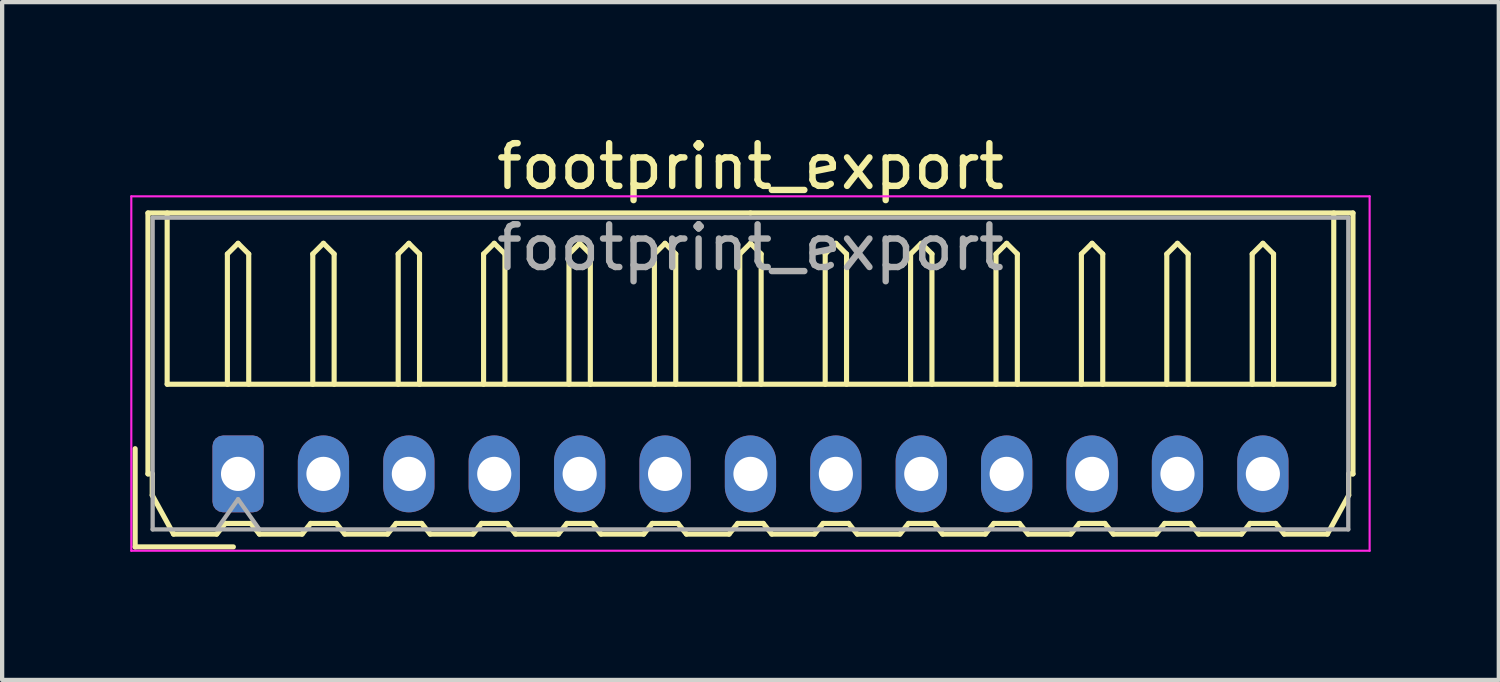
<source format=kicad_pcb>
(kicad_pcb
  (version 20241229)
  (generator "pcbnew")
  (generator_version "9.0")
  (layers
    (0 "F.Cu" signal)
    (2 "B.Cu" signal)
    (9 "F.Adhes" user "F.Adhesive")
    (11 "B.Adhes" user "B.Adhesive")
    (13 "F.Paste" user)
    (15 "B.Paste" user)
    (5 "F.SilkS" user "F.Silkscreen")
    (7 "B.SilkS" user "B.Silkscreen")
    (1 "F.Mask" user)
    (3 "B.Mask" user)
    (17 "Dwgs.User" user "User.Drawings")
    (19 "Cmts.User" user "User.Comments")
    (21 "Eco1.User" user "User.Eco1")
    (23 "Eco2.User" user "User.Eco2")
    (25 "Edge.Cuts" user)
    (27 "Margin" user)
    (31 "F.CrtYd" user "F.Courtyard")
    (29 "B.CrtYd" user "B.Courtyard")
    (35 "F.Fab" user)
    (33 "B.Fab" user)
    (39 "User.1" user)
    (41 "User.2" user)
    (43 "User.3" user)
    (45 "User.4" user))
  (footprint "footprint_export"
    (layer "F.Cu")
    (at 2.525 8.048)
    (property "Reference" "footprint_export" (at 12 -7.2 0) (layer "F.SilkS") (effects (font (size 1 1) (thickness 0.15))))
    (attr through_hole)
    (fp_line (start -2.41 1.71) (end -2.41 -0.59) (stroke (width 0.12) (type solid)) (layer "F.SilkS"))
    (fp_line (start -2.11 -6.11) (end 12 -6.11) (stroke (width 0.12) (type solid)) (layer "F.SilkS"))
    (fp_line (start -2.11 0) (end -2.11 -6.11) (stroke (width 0.12) (type solid)) (layer "F.SilkS"))
    (fp_line (start -2.01 0) (end -2.11 0) (stroke (width 0.12) (type solid)) (layer "F.SilkS"))
    (fp_line (start -2.01 0.5) (end -2.01 0) (stroke (width 0.12) (type solid)) (layer "F.SilkS"))
    (fp_line (start -1.66 -6.11) (end -1.66 -2.1) (stroke (width 0.12) (type solid)) (layer "F.SilkS"))
    (fp_line (start -1.66 -2.1) (end 25.66 -2.1) (stroke (width 0.12) (type solid)) (layer "F.SilkS"))
    (fp_line (start -1.51 1.41) (end -2.01 0.5) (stroke (width 0.12) (type solid)) (layer "F.SilkS"))
    (fp_line (start -0.5 1.41) (end -1.51 1.41) (stroke (width 0.12) (type solid)) (layer "F.SilkS"))
    (fp_line (start -0.3 1.16) (end -0.5 1.41) (stroke (width 0.12) (type solid)) (layer "F.SilkS"))
    (fp_line (start -0.3 1.16) (end 0.3 1.16) (stroke (width 0.12) (type solid)) (layer "F.SilkS"))
    (fp_line (start -0.25 -5.15) (end 0 -5.4) (stroke (width 0.12) (type solid)) (layer "F.SilkS"))
    (fp_line (start -0.25 -2.1) (end -0.25 -5.15) (stroke (width 0.12) (type solid)) (layer "F.SilkS"))
    (fp_line (start -0.11 1.71) (end -2.41 1.71) (stroke (width 0.12) (type solid)) (layer "F.SilkS"))
    (fp_line (start 0 -5.4) (end 0.25 -5.15) (stroke (width 0.12) (type solid)) (layer "F.SilkS"))
    (fp_line (start 0.25 -5.15) (end 0.25 -2.1) (stroke (width 0.12) (type solid)) (layer "F.SilkS"))
    (fp_line (start 0.3 1.16) (end 0.5 1.41) (stroke (width 0.12) (type solid)) (layer "F.SilkS"))
    (fp_line (start 0.5 1.41) (end 1.5 1.41) (stroke (width 0.12) (type solid)) (layer "F.SilkS"))
    (fp_line (start 1.5 1.41) (end 1.7 1.16) (stroke (width 0.12) (type solid)) (layer "F.SilkS"))
    (fp_line (start 1.7 1.16) (end 2.3 1.16) (stroke (width 0.12) (type solid)) (layer "F.SilkS"))
    (fp_line (start 1.75 -5.15) (end 2 -5.4) (stroke (width 0.12) (type solid)) (layer "F.SilkS"))
    (fp_line (start 1.75 -2.1) (end 1.75 -5.15) (stroke (width 0.12) (type solid)) (layer "F.SilkS"))
    (fp_line (start 2 -5.4) (end 2.25 -5.15) (stroke (width 0.12) (type solid)) (layer "F.SilkS"))
    (fp_line (start 2.25 -5.15) (end 2.25 -2.1) (stroke (width 0.12) (type solid)) (layer "F.SilkS"))
    (fp_line (start 2.3 1.16) (end 2.5 1.41) (stroke (width 0.12) (type solid)) (layer "F.SilkS"))
    (fp_line (start 2.5 1.41) (end 3.5 1.41) (stroke (width 0.12) (type solid)) (layer "F.SilkS"))
    (fp_line (start 3.5 1.41) (end 3.7 1.16) (stroke (width 0.12) (type solid)) (layer "F.SilkS"))
    (fp_line (start 3.7 1.16) (end 4.3 1.16) (stroke (width 0.12) (type solid)) (layer "F.SilkS"))
    (fp_line (start 3.75 -5.15) (end 4 -5.4) (stroke (width 0.12) (type solid)) (layer "F.SilkS"))
    (fp_line (start 3.75 -2.1) (end 3.75 -5.15) (stroke (width 0.12) (type solid)) (layer "F.SilkS"))
    (fp_line (start 4 -5.4) (end 4.25 -5.15) (stroke (width 0.12) (type solid)) (layer "F.SilkS"))
    (fp_line (start 4.25 -5.15) (end 4.25 -2.1) (stroke (width 0.12) (type solid)) (layer "F.SilkS"))
    (fp_line (start 4.3 1.16) (end 4.5 1.41) (stroke (width 0.12) (type solid)) (layer "F.SilkS"))
    (fp_line (start 4.5 1.41) (end 5.5 1.41) (stroke (width 0.12) (type solid)) (layer "F.SilkS"))
    (fp_line (start 5.5 1.41) (end 5.7 1.16) (stroke (width 0.12) (type solid)) (layer "F.SilkS"))
    (fp_line (start 5.7 1.16) (end 6.3 1.16) (stroke (width 0.12) (type solid)) (layer "F.SilkS"))
    (fp_line (start 5.75 -5.15) (end 6 -5.4) (stroke (width 0.12) (type solid)) (layer "F.SilkS"))
    (fp_line (start 5.75 -2.1) (end 5.75 -5.15) (stroke (width 0.12) (type solid)) (layer "F.SilkS"))
    (fp_line (start 6 -5.4) (end 6.25 -5.15) (stroke (width 0.12) (type solid)) (layer "F.SilkS"))
    (fp_line (start 6.25 -5.15) (end 6.25 -2.1) (stroke (width 0.12) (type solid)) (layer "F.SilkS"))
    (fp_line (start 6.3 1.16) (end 6.5 1.41) (stroke (width 0.12) (type solid)) (layer "F.SilkS"))
    (fp_line (start 6.5 1.41) (end 7.5 1.41) (stroke (width 0.12) (type solid)) (layer "F.SilkS"))
    (fp_line (start 7.5 1.41) (end 7.7 1.16) (stroke (width 0.12) (type solid)) (layer "F.SilkS"))
    (fp_line (start 7.7 1.16) (end 8.3 1.16) (stroke (width 0.12) (type solid)) (layer "F.SilkS"))
    (fp_line (start 7.75 -5.15) (end 8 -5.4) (stroke (width 0.12) (type solid)) (layer "F.SilkS"))
    (fp_line (start 7.75 -2.1) (end 7.75 -5.15) (stroke (width 0.12) (type solid)) (layer "F.SilkS"))
    (fp_line (start 8 -5.4) (end 8.25 -5.15) (stroke (width 0.12) (type solid)) (layer "F.SilkS"))
    (fp_line (start 8.25 -5.15) (end 8.25 -2.1) (stroke (width 0.12) (type solid)) (layer "F.SilkS"))
    (fp_line (start 8.3 1.16) (end 8.5 1.41) (stroke (width 0.12) (type solid)) (layer "F.SilkS"))
    (fp_line (start 8.5 1.41) (end 9.5 1.41) (stroke (width 0.12) (type solid)) (layer "F.SilkS"))
    (fp_line (start 9.5 1.41) (end 9.7 1.16) (stroke (width 0.12) (type solid)) (layer "F.SilkS"))
    (fp_line (start 9.7 1.16) (end 10.3 1.16) (stroke (width 0.12) (type solid)) (layer "F.SilkS"))
    (fp_line (start 9.75 -5.15) (end 10 -5.4) (stroke (width 0.12) (type solid)) (layer "F.SilkS"))
    (fp_line (start 9.75 -2.1) (end 9.75 -5.15) (stroke (width 0.12) (type solid)) (layer "F.SilkS"))
    (fp_line (start 10 -5.4) (end 10.25 -5.15) (stroke (width 0.12) (type solid)) (layer "F.SilkS"))
    (fp_line (start 10.25 -5.15) (end 10.25 -2.1) (stroke (width 0.12) (type solid)) (layer "F.SilkS"))
    (fp_line (start 10.3 1.16) (end 10.5 1.41) (stroke (width 0.12) (type solid)) (layer "F.SilkS"))
    (fp_line (start 10.5 1.41) (end 11.5 1.41) (stroke (width 0.12) (type solid)) (layer "F.SilkS"))
    (fp_line (start 11.5 1.41) (end 11.7 1.16) (stroke (width 0.12) (type solid)) (layer "F.SilkS"))
    (fp_line (start 11.7 1.16) (end 12.3 1.16) (stroke (width 0.12) (type solid)) (layer "F.SilkS"))
    (fp_line (start 11.75 -5.15) (end 12 -5.4) (stroke (width 0.12) (type solid)) (layer "F.SilkS"))
    (fp_line (start 11.75 -2.1) (end 11.75 -5.15) (stroke (width 0.12) (type solid)) (layer "F.SilkS"))
    (fp_line (start 12 -5.4) (end 12.25 -5.15) (stroke (width 0.12) (type solid)) (layer "F.SilkS"))
    (fp_line (start 12.25 -5.15) (end 12.25 -2.1) (stroke (width 0.12) (type solid)) (layer "F.SilkS"))
    (fp_line (start 12.3 1.16) (end 12.5 1.41) (stroke (width 0.12) (type solid)) (layer "F.SilkS"))
    (fp_line (start 12.5 1.41) (end 13.5 1.41) (stroke (width 0.12) (type solid)) (layer "F.SilkS"))
    (fp_line (start 13.5 1.41) (end 13.7 1.16) (stroke (width 0.12) (type solid)) (layer "F.SilkS"))
    (fp_line (start 13.7 1.16) (end 14.3 1.16) (stroke (width 0.12) (type solid)) (layer "F.SilkS"))
    (fp_line (start 13.75 -5.15) (end 14 -5.4) (stroke (width 0.12) (type solid)) (layer "F.SilkS"))
    (fp_line (start 13.75 -2.1) (end 13.75 -5.15) (stroke (width 0.12) (type solid)) (layer "F.SilkS"))
    (fp_line (start 14 -5.4) (end 14.25 -5.15) (stroke (width 0.12) (type solid)) (layer "F.SilkS"))
    (fp_line (start 14.25 -5.15) (end 14.25 -2.1) (stroke (width 0.12) (type solid)) (layer "F.SilkS"))
    (fp_line (start 14.3 1.16) (end 14.5 1.41) (stroke (width 0.12) (type solid)) (layer "F.SilkS"))
    (fp_line (start 14.5 1.41) (end 15.5 1.41) (stroke (width 0.12) (type solid)) (layer "F.SilkS"))
    (fp_line (start 15.5 1.41) (end 15.7 1.16) (stroke (width 0.12) (type solid)) (layer "F.SilkS"))
    (fp_line (start 15.7 1.16) (end 16.3 1.16) (stroke (width 0.12) (type solid)) (layer "F.SilkS"))
    (fp_line (start 15.75 -5.15) (end 16 -5.4) (stroke (width 0.12) (type solid)) (layer "F.SilkS"))
    (fp_line (start 15.75 -2.1) (end 15.75 -5.15) (stroke (width 0.12) (type solid)) (layer "F.SilkS"))
    (fp_line (start 16 -5.4) (end 16.25 -5.15) (stroke (width 0.12) (type solid)) (layer "F.SilkS"))
    (fp_line (start 16.25 -5.15) (end 16.25 -2.1) (stroke (width 0.12) (type solid)) (layer "F.SilkS"))
    (fp_line (start 16.3 1.16) (end 16.5 1.41) (stroke (width 0.12) (type solid)) (layer "F.SilkS"))
    (fp_line (start 16.5 1.41) (end 17.5 1.41) (stroke (width 0.12) (type solid)) (layer "F.SilkS"))
    (fp_line (start 17.5 1.41) (end 17.7 1.16) (stroke (width 0.12) (type solid)) (layer "F.SilkS"))
    (fp_line (start 17.7 1.16) (end 18.3 1.16) (stroke (width 0.12) (type solid)) (layer "F.SilkS"))
    (fp_line (start 17.75 -5.15) (end 18 -5.4) (stroke (width 0.12) (type solid)) (layer "F.SilkS"))
    (fp_line (start 17.75 -2.1) (end 17.75 -5.15) (stroke (width 0.12) (type solid)) (layer "F.SilkS"))
    (fp_line (start 18 -5.4) (end 18.25 -5.15) (stroke (width 0.12) (type solid)) (layer "F.SilkS"))
    (fp_line (start 18.25 -5.15) (end 18.25 -2.1) (stroke (width 0.12) (type solid)) (layer "F.SilkS"))
    (fp_line (start 18.3 1.16) (end 18.5 1.41) (stroke (width 0.12) (type solid)) (layer "F.SilkS"))
    (fp_line (start 18.5 1.41) (end 19.5 1.41) (stroke (width 0.12) (type solid)) (layer "F.SilkS"))
    (fp_line (start 19.5 1.41) (end 19.7 1.16) (stroke (width 0.12) (type solid)) (layer "F.SilkS"))
    (fp_line (start 19.7 1.16) (end 20.3 1.16) (stroke (width 0.12) (type solid)) (layer "F.SilkS"))
    (fp_line (start 19.75 -5.15) (end 20 -5.4) (stroke (width 0.12) (type solid)) (layer "F.SilkS"))
    (fp_line (start 19.75 -2.1) (end 19.75 -5.15) (stroke (width 0.12) (type solid)) (layer "F.SilkS"))
    (fp_line (start 20 -5.4) (end 20.25 -5.15) (stroke (width 0.12) (type solid)) (layer "F.SilkS"))
    (fp_line (start 20.25 -5.15) (end 20.25 -2.1) (stroke (width 0.12) (type solid)) (layer "F.SilkS"))
    (fp_line (start 20.3 1.16) (end 20.5 1.41) (stroke (width 0.12) (type solid)) (layer "F.SilkS"))
    (fp_line (start 20.5 1.41) (end 21.5 1.41) (stroke (width 0.12) (type solid)) (layer "F.SilkS"))
    (fp_line (start 21.5 1.41) (end 21.7 1.16) (stroke (width 0.12) (type solid)) (layer "F.SilkS"))
    (fp_line (start 21.7 1.16) (end 22.3 1.16) (stroke (width 0.12) (type solid)) (layer "F.SilkS"))
    (fp_line (start 21.75 -5.15) (end 22 -5.4) (stroke (width 0.12) (type solid)) (layer "F.SilkS"))
    (fp_line (start 21.75 -2.1) (end 21.75 -5.15) (stroke (width 0.12) (type solid)) (layer "F.SilkS"))
    (fp_line (start 22 -5.4) (end 22.25 -5.15) (stroke (width 0.12) (type solid)) (layer "F.SilkS"))
    (fp_line (start 22.25 -5.15) (end 22.25 -2.1) (stroke (width 0.12) (type solid)) (layer "F.SilkS"))
    (fp_line (start 22.3 1.16) (end 22.5 1.41) (stroke (width 0.12) (type solid)) (layer "F.SilkS"))
    (fp_line (start 22.5 1.41) (end 23.5 1.41) (stroke (width 0.12) (type solid)) (layer "F.SilkS"))
    (fp_line (start 23.5 1.41) (end 23.7 1.16) (stroke (width 0.12) (type solid)) (layer "F.SilkS"))
    (fp_line (start 23.7 1.16) (end 24.3 1.16) (stroke (width 0.12) (type solid)) (layer "F.SilkS"))
    (fp_line (start 23.75 -5.15) (end 24 -5.4) (stroke (width 0.12) (type solid)) (layer "F.SilkS"))
    (fp_line (start 23.75 -2.1) (end 23.75 -5.15) (stroke (width 0.12) (type solid)) (layer "F.SilkS"))
    (fp_line (start 24 -5.4) (end 24.25 -5.15) (stroke (width 0.12) (type solid)) (layer "F.SilkS"))
    (fp_line (start 24.25 -5.15) (end 24.25 -2.1) (stroke (width 0.12) (type solid)) (layer "F.SilkS"))
    (fp_line (start 24.3 1.16) (end 24.5 1.41) (stroke (width 0.12) (type solid)) (layer "F.SilkS"))
    (fp_line (start 24.5 1.41) (end 25.51 1.41) (stroke (width 0.12) (type solid)) (layer "F.SilkS"))
    (fp_line (start 25.51 1.41) (end 26.01 0.5) (stroke (width 0.12) (type solid)) (layer "F.SilkS"))
    (fp_line (start 25.66 -2.1) (end 25.66 -6.11) (stroke (width 0.12) (type solid)) (layer "F.SilkS"))
    (fp_line (start 26.01 0) (end 26.11 0) (stroke (width 0.12) (type solid)) (layer "F.SilkS"))
    (fp_line (start 26.01 0.5) (end 26.01 0) (stroke (width 0.12) (type solid)) (layer "F.SilkS"))
    (fp_line (start 26.11 -6.11) (end 12 -6.11) (stroke (width 0.12) (type solid)) (layer "F.SilkS"))
    (fp_line (start 26.11 0) (end 26.11 -6.11) (stroke (width 0.12) (type solid)) (layer "F.SilkS"))
    (fp_line (start -2.5 -6.5) (end -2.5 1.8) (stroke (width 0.05) (type solid)) (layer "F.CrtYd"))
    (fp_line (start -2.5 1.8) (end 26.5 1.8) (stroke (width 0.05) (type solid)) (layer "F.CrtYd"))
    (fp_line (start 26.5 -6.5) (end -2.5 -6.5) (stroke (width 0.05) (type solid)) (layer "F.CrtYd"))
    (fp_line (start 26.5 1.8) (end 26.5 -6.5) (stroke (width 0.05) (type solid)) (layer "F.CrtYd"))
    (fp_line (start -2 -6) (end -2 1.3) (stroke (width 0.1) (type solid)) (layer "F.Fab"))
    (fp_line (start -2 1.3) (end 26 1.3) (stroke (width 0.1) (type solid)) (layer "F.Fab"))
    (fp_line (start -0.5 1.3) (end 0 0.593) (stroke (width 0.1) (type solid)) (layer "F.Fab"))
    (fp_line (start 0 0.593) (end 0.5 1.3) (stroke (width 0.1) (type solid)) (layer "F.Fab"))
    (fp_line (start 26 -6) (end -2 -6) (stroke (width 0.1) (type solid)) (layer "F.Fab"))
    (fp_line (start 26 1.3) (end 26 -6) (stroke (width 0.1) (type solid)) (layer "F.Fab"))
    (fp_text user "${REFERENCE}" (at 12 -5.3 0) (layer "F.Fab") (effects (font (size 1 1) (thickness 0.15))))
    (pad "1" thru_hole roundrect (at 0 0) (size 1.2 1.8) (drill 0.8) (layers "*.Cu" "*.Mask") (roundrect_rratio 0.208))
    (pad "2" thru_hole oval (at 2 0) (size 1.2 1.8) (drill 0.8) (layers "*.Cu" "*.Mask"))
    (pad "3" thru_hole oval (at 4 0) (size 1.2 1.8) (drill 0.8) (layers "*.Cu" "*.Mask"))
    (pad "4" thru_hole oval (at 6 0) (size 1.2 1.8) (drill 0.8) (layers "*.Cu" "*.Mask"))
    (pad "5" thru_hole oval (at 8 0) (size 1.2 1.8) (drill 0.8) (layers "*.Cu" "*.Mask"))
    (pad "6" thru_hole oval (at 10 0) (size 1.2 1.8) (drill 0.8) (layers "*.Cu" "*.Mask"))
    (pad "7" thru_hole oval (at 12 0) (size 1.2 1.8) (drill 0.8) (layers "*.Cu" "*.Mask"))
    (pad "8" thru_hole oval (at 14 0) (size 1.2 1.8) (drill 0.8) (layers "*.Cu" "*.Mask"))
    (pad "9" thru_hole oval (at 16 0) (size 1.2 1.8) (drill 0.8) (layers "*.Cu" "*.Mask"))
    (pad "10" thru_hole oval (at 18 0) (size 1.2 1.8) (drill 0.8) (layers "*.Cu" "*.Mask"))
    (pad "11" thru_hole oval (at 20 0) (size 1.2 1.8) (drill 0.8) (layers "*.Cu" "*.Mask"))
    (pad "12" thru_hole oval (at 22 0) (size 1.2 1.8) (drill 0.8) (layers "*.Cu" "*.Mask"))
    (pad "13" thru_hole oval (at 24 0) (size 1.2 1.8) (drill 0.8) (layers "*.Cu" "*.Mask")))
  (gr_rect
    (start -3 -3)
    (end 32.05 12.873)
    (stroke (width 0.1) (type default))
    (fill no)
    (layer "Edge.Cuts")))
</source>
